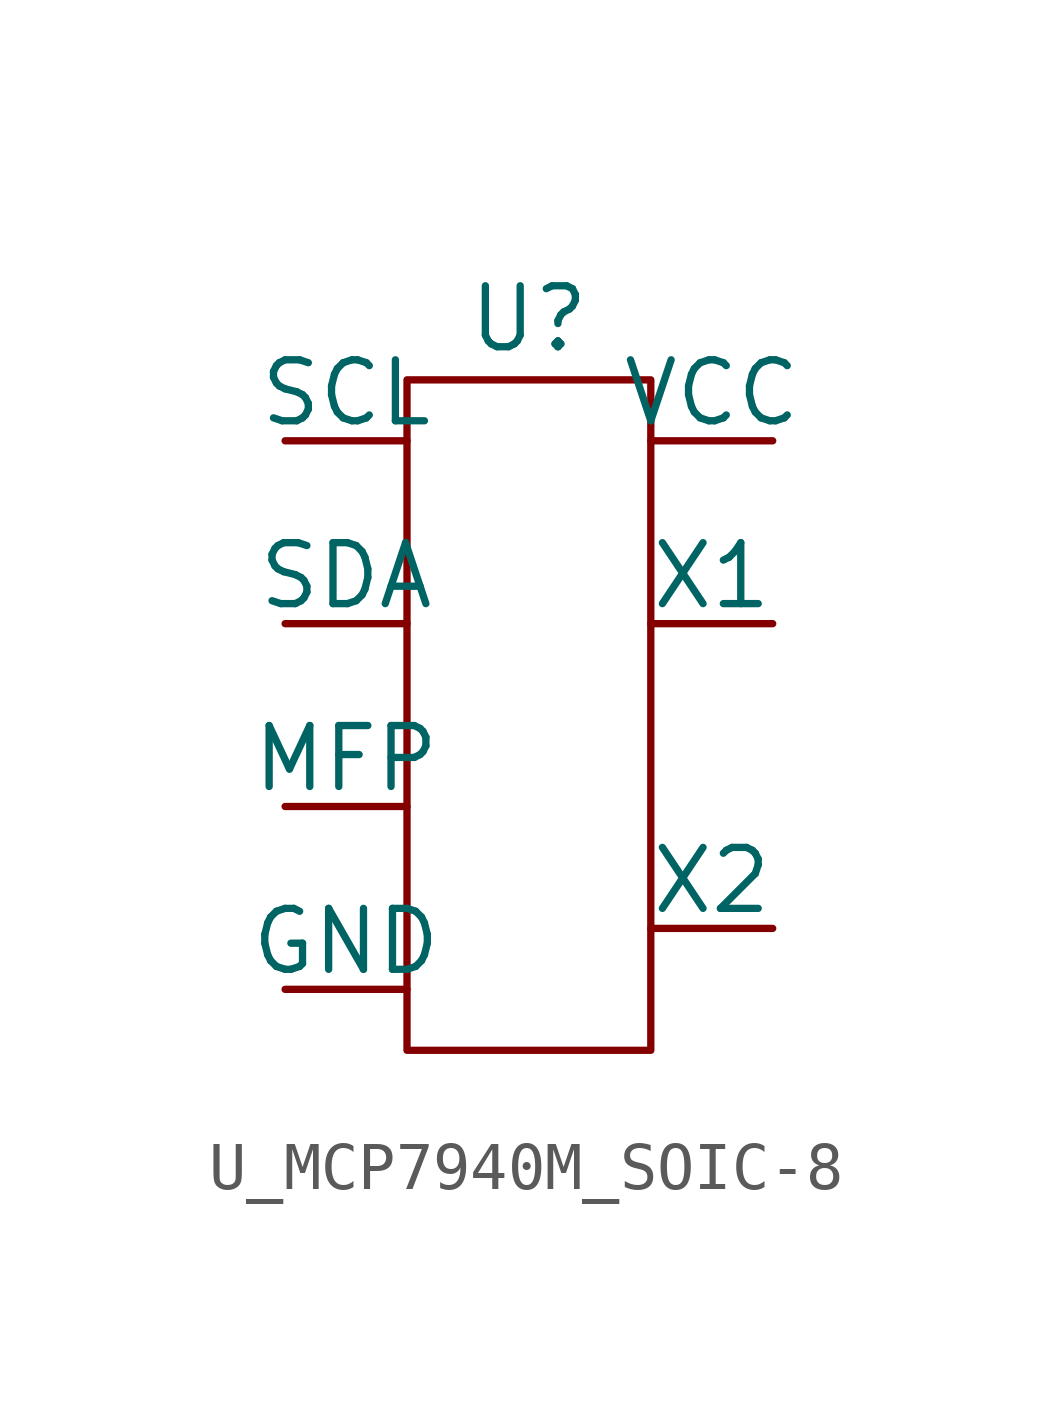
<source format=kicad_sym>
(kicad_symbol_lib
  (version 20220914)
  (generator kicad_symbol_editor)
  (symbol "U_MCP7940M_SOIC-8"
    (pin_numbers hide)
    (pin_names
      (offset 0))
    (property "Reference" "U"
      (at 0 7.62 0)
      (effects (font (size 1.27 1.27))))
    (symbol "U_MCP7940M_SOIC-8_0_1"
      (rectangle (start -2.54 6.35) (end 2.54 -7.62) (stroke (width 0) (type solid)) (fill (type none))))
    (symbol "U_MCP7940M_SOIC-8_1_1"
      (pin input line (at 5.08 1.27 180) (length 2.54) (name "X1" (effects (font (size 1.27 1.27)))) (number "1" (effects (font (size 1.27 1.27)))))
      (pin input line (at 5.08 -5.08 180) (length 2.54) (name "X2" (effects (font (size 1.27 1.27)))) (number "2" (effects (font (size 1.27 1.27)))))
      (pin input line (at -5.08 -6.35 0) (length 2.54) (name "GND" (effects (font (size 1.27 1.27)))) (number "4" (effects (font (size 1.27 1.27)))))
      (pin input line (at -5.08 1.27 0) (length 2.54) (name "SDA" (effects (font (size 1.27 1.27)))) (number "5" (effects (font (size 1.27 1.27)))))
      (pin input line (at -5.08 5.08 0) (length 2.54) (name "SCL" (effects (font (size 1.27 1.27)))) (number "6" (effects (font (size 1.27 1.27)))))
      (pin input line (at -5.08 -2.54 0) (length 2.54) (name "MFP" (effects (font (size 1.27 1.27)))) (number "7" (effects (font (size 1.27 1.27)))))
      (pin input line (at 5.08 5.08 180) (length 2.54) (name "VCC" (effects (font (size 1.27 1.27)))) (number "8" (effects (font (size 1.27 1.27))))))))
</source>
